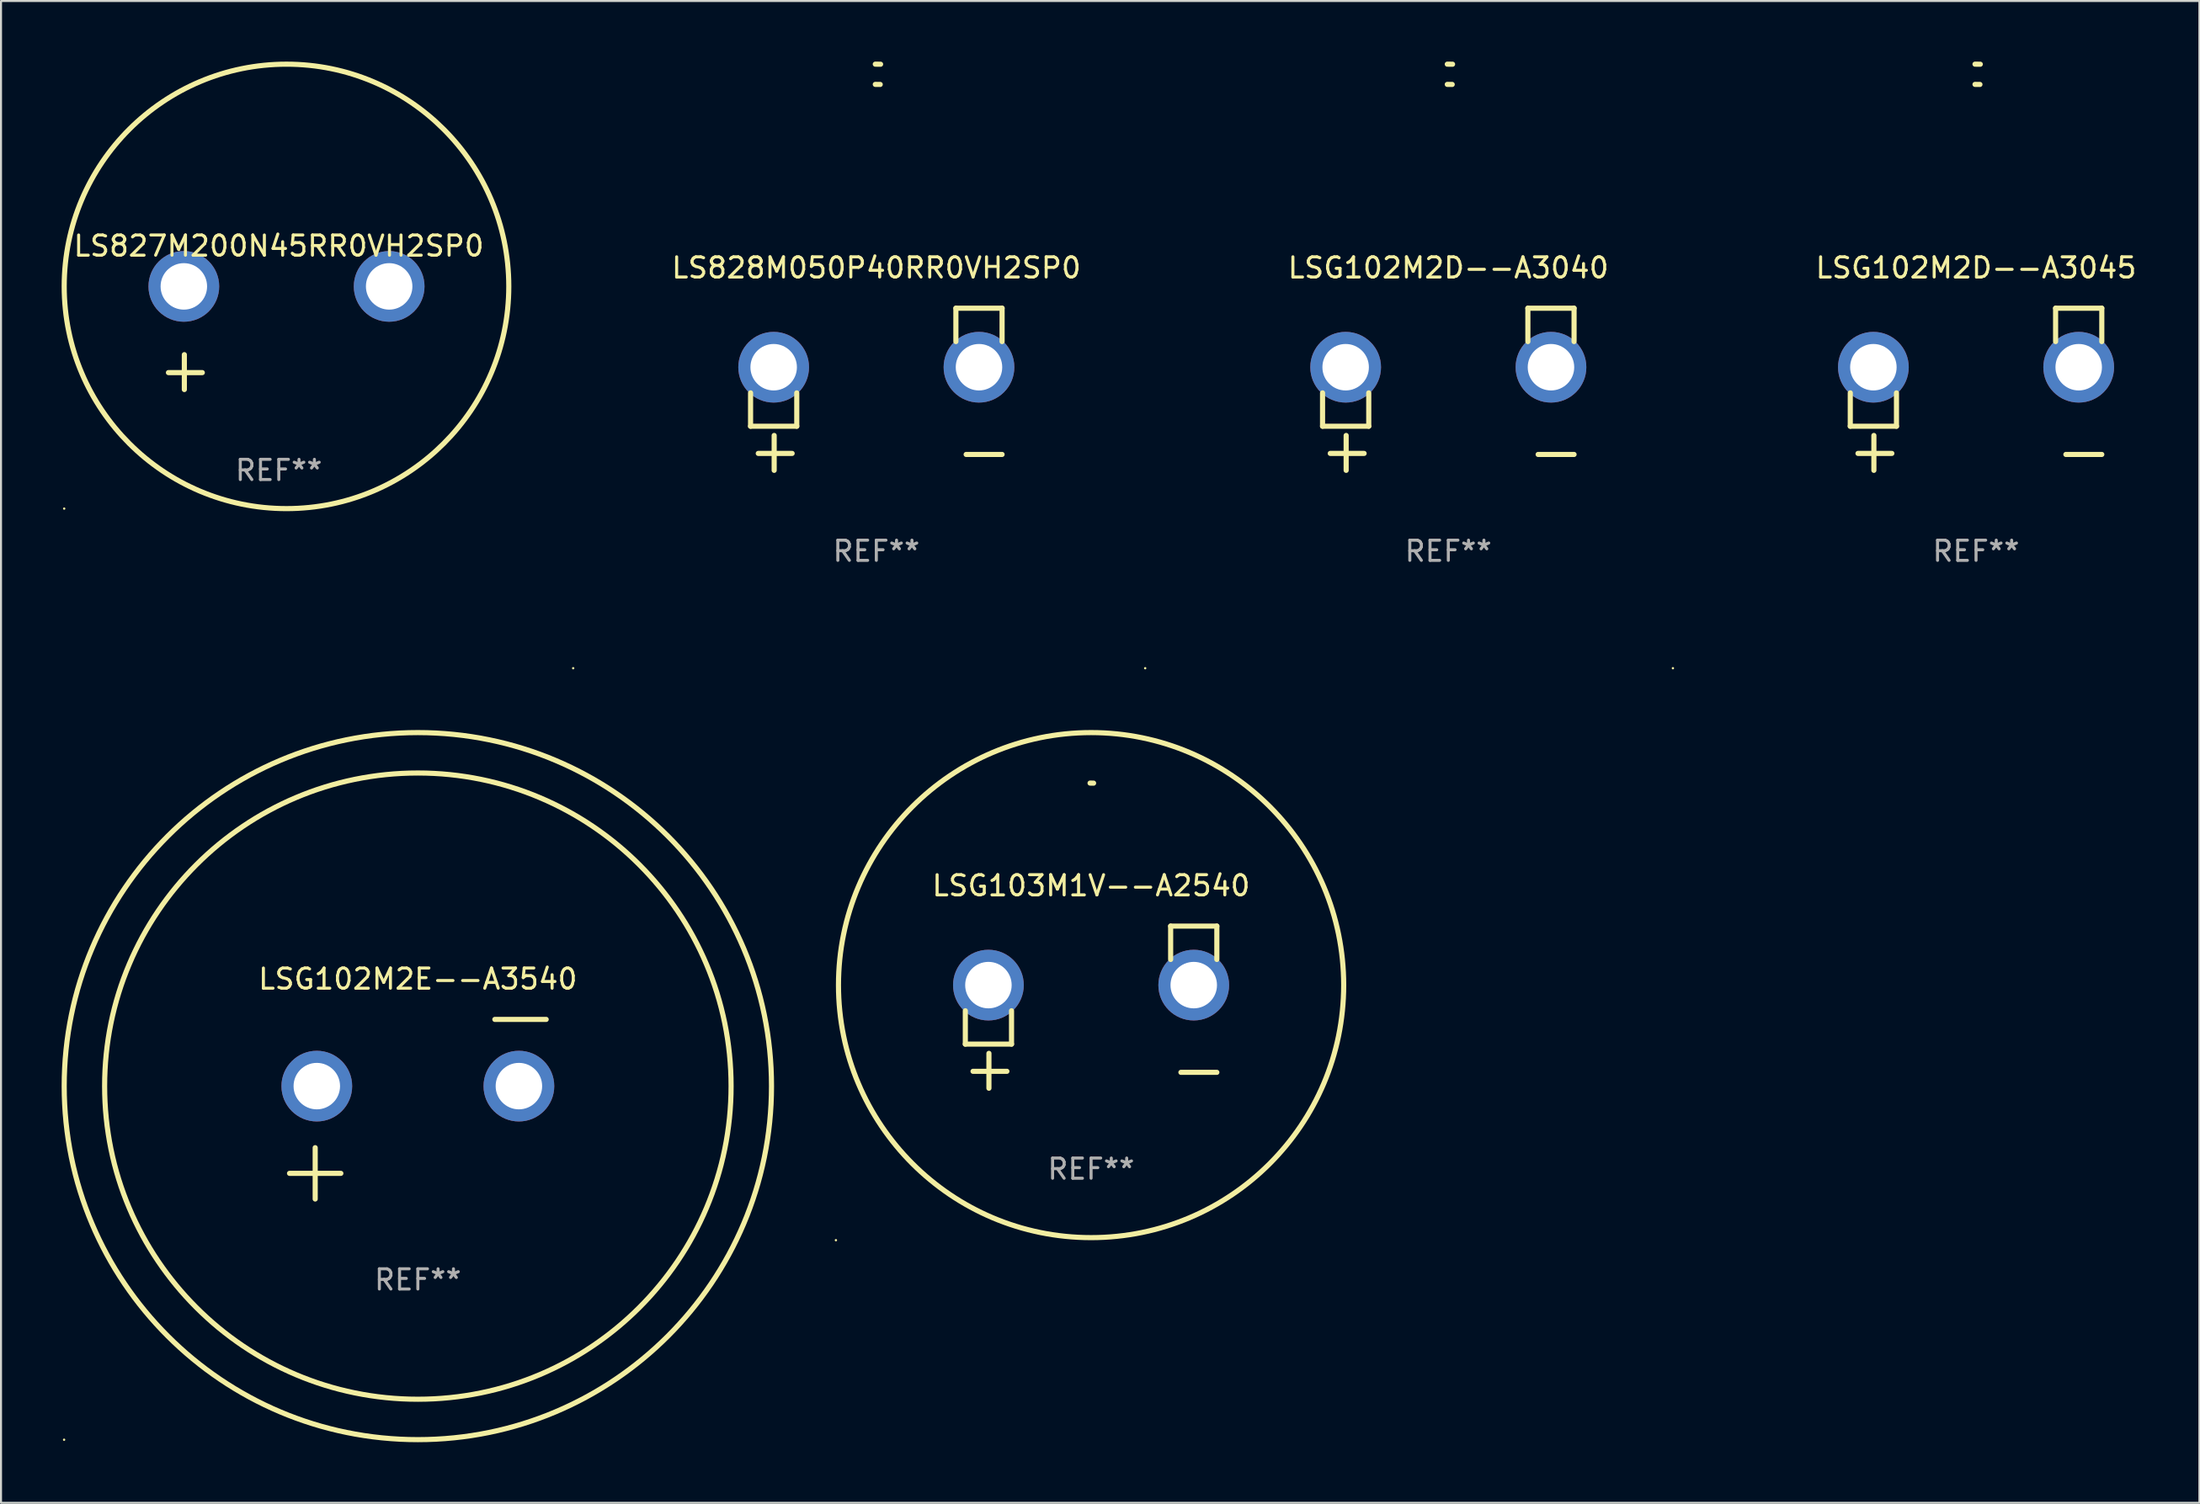
<source format=kicad_pcb>
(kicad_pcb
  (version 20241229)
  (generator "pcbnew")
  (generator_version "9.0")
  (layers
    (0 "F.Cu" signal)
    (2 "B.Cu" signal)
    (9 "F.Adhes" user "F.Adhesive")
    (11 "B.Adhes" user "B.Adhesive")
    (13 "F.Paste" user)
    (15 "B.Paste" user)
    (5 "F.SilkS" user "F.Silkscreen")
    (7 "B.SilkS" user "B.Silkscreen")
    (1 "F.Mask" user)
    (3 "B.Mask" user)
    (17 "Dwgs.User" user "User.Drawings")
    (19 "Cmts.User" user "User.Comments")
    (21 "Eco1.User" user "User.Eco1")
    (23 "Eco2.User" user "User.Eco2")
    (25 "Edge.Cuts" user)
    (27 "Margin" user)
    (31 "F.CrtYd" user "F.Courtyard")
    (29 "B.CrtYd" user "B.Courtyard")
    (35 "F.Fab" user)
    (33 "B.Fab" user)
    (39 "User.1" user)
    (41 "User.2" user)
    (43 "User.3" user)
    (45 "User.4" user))
  (footprint "LSG102M2D--A3045"
    (layer "F.Cu")
    (at 94.732 16.22)
    (property "Reference" "LSG102M2D--A3045" (at 0 -6.013 0) (layer "F.SilkS") (effects (font (size 1 1) (thickness 0.15))))
    (attr through_hole)
    (fp_line (start -6.223 0.178) (end -6.223 1.829) (stroke (width 0.254) (type solid)) (layer "F.SilkS"))
    (fp_line (start -6.223 1.829) (end -3.937 1.829) (stroke (width 0.254) (type solid)) (layer "F.SilkS"))
    (fp_line (start -5.055 4.013) (end -5.055 2.286) (stroke (width 0.254) (type solid)) (layer "F.SilkS"))
    (fp_line (start -4.166 3.175) (end -5.842 3.175) (stroke (width 0.254) (type solid)) (layer "F.SilkS"))
    (fp_line (start -3.937 1.829) (end -3.937 0.178) (stroke (width 0.254) (type solid)) (layer "F.SilkS"))
    (fp_line (start 3.937 -4.013) (end 3.937 -2.362) (stroke (width 0.254) (type solid)) (layer "F.SilkS"))
    (fp_line (start 6.223 -4.013) (end 3.937 -4.013) (stroke (width 0.254) (type solid)) (layer "F.SilkS"))
    (fp_line (start 6.223 -2.362) (end 6.223 -4.013) (stroke (width 0.254) (type solid)) (layer "F.SilkS"))
    (fp_line (start 6.223 3.226) (end 4.445 3.226) (stroke (width 0.254) (type solid)) (layer "F.SilkS"))
    (fp_arc (start -0.0508 -16.093472) (mid 0.080016 -16.092762) (end 0.210821 -16.090932) (stroke (width 0.254001) (type solid)) (layer "F.SilkS"))
    (fp_arc (start -0.0508 -15.09271) (mid 0.071125 -15.091961) (end 0.19304 -15.09017) (stroke (width 0.254001) (type solid)) (layer "F.SilkS"))
    (fp_circle (center -15 13.808) (end -14.97 13.808) (stroke (width 0.06) (type solid)) (fill no) (layer "F.SilkS"))
    (fp_text user "REF**" (at 0 8.013 0) (layer "F.Fab") (effects (font (size 1 1) (thickness 0.15))))
    (pad "1" thru_hole circle (at -5.08 -1.092) (size 3.5 3.5) (drill 2.3) (layers "*.Cu" "*.Mask"))
    (pad "2" thru_hole circle (at 5.08 -1.092) (size 3.5 3.5) (drill 2.3) (layers "*.Cu" "*.Mask")))
  (footprint "LS827M200N45RR0VH2SP0"
    (layer "F.Cu")
    (at 10.746 13.68)
    (property "Reference" "LS827M200N45RR0VH2SP0" (at 0 -4.553 0) (layer "F.SilkS") (effects (font (size 1 1) (thickness 0.15))))
    (attr through_hole)
    (fp_line (start -4.674 2.553) (end -4.674 0.826) (stroke (width 0.254) (type solid)) (layer "F.SilkS"))
    (fp_line (start -3.785 1.715) (end -5.461 1.715) (stroke (width 0.254) (type solid)) (layer "F.SilkS"))
    (fp_circle (center -10.619 8.447) (end -10.589 8.447) (stroke (width 0.06) (type solid)) (fill no) (layer "F.SilkS"))
    (fp_circle (center 0.381 -2.553) (end 11.381 -2.553) (stroke (width 0.254) (type solid)) (fill no) (layer "F.SilkS"))
    (fp_text user "REF**" (at 0 6.553 0) (layer "F.Fab") (effects (font (size 1 1) (thickness 0.15))))
    (pad "1" thru_hole circle (at -4.699 -2.553) (size 3.5 3.5) (drill 2.3) (layers "*.Cu" "*.Mask"))
    (pad "2" thru_hole circle (at 5.461 -2.553) (size 3.5 3.5) (drill 2.3) (layers "*.Cu" "*.Mask")))
  (footprint "LSG103M1V--A2540"
    (layer "F.Cu")
    (at 50.941 46.807)
    (property "Reference" "LSG103M1V--A2540" (at 0 -6.013 0) (layer "F.SilkS") (effects (font (size 1 1) (thickness 0.15))))
    (attr through_hole)
    (fp_line (start -6.223 0.178) (end -6.223 1.829) (stroke (width 0.254) (type solid)) (layer "F.SilkS"))
    (fp_line (start -6.223 1.829) (end -3.937 1.829) (stroke (width 0.254) (type solid)) (layer "F.SilkS"))
    (fp_line (start -5.055 4.013) (end -5.055 2.286) (stroke (width 0.254) (type solid)) (layer "F.SilkS"))
    (fp_line (start -4.166 3.175) (end -5.842 3.175) (stroke (width 0.254) (type solid)) (layer "F.SilkS"))
    (fp_line (start -3.937 1.829) (end -3.937 0.178) (stroke (width 0.254) (type solid)) (layer "F.SilkS"))
    (fp_line (start 3.937 -4.013) (end 3.937 -2.362) (stroke (width 0.254) (type solid)) (layer "F.SilkS"))
    (fp_line (start 6.223 -4.013) (end 3.937 -4.013) (stroke (width 0.254) (type solid)) (layer "F.SilkS"))
    (fp_line (start 6.223 -2.362) (end 6.223 -4.013) (stroke (width 0.254) (type solid)) (layer "F.SilkS"))
    (fp_line (start 6.223 3.226) (end 4.445 3.226) (stroke (width 0.254) (type solid)) (layer "F.SilkS"))
    (fp_arc (start -0.0508 -11.092202) (mid 0.036835 -11.091307) (end 0.12446 -11.089662) (stroke (width 0.254001) (type solid)) (layer "F.SilkS"))
    (fp_circle (center -12.627 11.535) (end -12.597 11.535) (stroke (width 0.06) (type solid)) (fill no) (layer "F.SilkS"))
    (fp_circle (center 0 -1.092) (end 12.5 -1.092) (stroke (width 0.254) (type solid)) (fill no) (layer "F.SilkS"))
    (fp_text user "REF**" (at 0 8.013 0) (layer "F.Fab") (effects (font (size 1 1) (thickness 0.15))))
    (pad "1" thru_hole circle (at -5.08 -1.092) (size 3.5 3.5) (drill 2.3) (layers "*.Cu" "*.Mask"))
    (pad "2" thru_hole circle (at 5.08 -1.092) (size 3.5 3.5) (drill 2.3) (layers "*.Cu" "*.Mask")))
  (footprint "LSG102M2D--A3040"
    (layer "F.Cu")
    (at 68.618 16.22)
    (property "Reference" "LSG102M2D--A3040" (at 0 -6.013 0) (layer "F.SilkS") (effects (font (size 1 1) (thickness 0.15))))
    (attr through_hole)
    (fp_line (start -6.223 0.178) (end -6.223 1.829) (stroke (width 0.254) (type solid)) (layer "F.SilkS"))
    (fp_line (start -6.223 1.829) (end -3.937 1.829) (stroke (width 0.254) (type solid)) (layer "F.SilkS"))
    (fp_line (start -5.055 4.013) (end -5.055 2.286) (stroke (width 0.254) (type solid)) (layer "F.SilkS"))
    (fp_line (start -4.166 3.175) (end -5.842 3.175) (stroke (width 0.254) (type solid)) (layer "F.SilkS"))
    (fp_line (start -3.937 1.829) (end -3.937 0.178) (stroke (width 0.254) (type solid)) (layer "F.SilkS"))
    (fp_line (start 3.937 -4.013) (end 3.937 -2.362) (stroke (width 0.254) (type solid)) (layer "F.SilkS"))
    (fp_line (start 6.223 -4.013) (end 3.937 -4.013) (stroke (width 0.254) (type solid)) (layer "F.SilkS"))
    (fp_line (start 6.223 -2.362) (end 6.223 -4.013) (stroke (width 0.254) (type solid)) (layer "F.SilkS"))
    (fp_line (start 6.223 3.226) (end 4.445 3.226) (stroke (width 0.254) (type solid)) (layer "F.SilkS"))
    (fp_arc (start -0.0508 -16.093472) (mid 0.080016 -16.092762) (end 0.210821 -16.090932) (stroke (width 0.254001) (type solid)) (layer "F.SilkS"))
    (fp_arc (start -0.0508 -15.09271) (mid 0.071125 -15.091961) (end 0.19304 -15.09017) (stroke (width 0.254001) (type solid)) (layer "F.SilkS"))
    (fp_circle (center -15 13.808) (end -14.97 13.808) (stroke (width 0.06) (type solid)) (fill no) (layer "F.SilkS"))
    (fp_text user "REF**" (at 0 8.013 0) (layer "F.Fab") (effects (font (size 1 1) (thickness 0.15))))
    (pad "1" thru_hole circle (at -5.08 -1.092) (size 3.5 3.5) (drill 2.3) (layers "*.Cu" "*.Mask"))
    (pad "2" thru_hole circle (at 5.08 -1.092) (size 3.5 3.5) (drill 2.3) (layers "*.Cu" "*.Mask")))
  (footprint "LS828M050P40RR0VH2SP0"
    (layer "F.Cu")
    (at 40.314 16.22)
    (property "Reference" "LS828M050P40RR0VH2SP0" (at 0 -6.013 0) (layer "F.SilkS") (effects (font (size 1 1) (thickness 0.15))))
    (attr through_hole)
    (fp_line (start -6.223 0.178) (end -6.223 1.829) (stroke (width 0.254) (type solid)) (layer "F.SilkS"))
    (fp_line (start -6.223 1.829) (end -3.937 1.829) (stroke (width 0.254) (type solid)) (layer "F.SilkS"))
    (fp_line (start -5.055 4.013) (end -5.055 2.286) (stroke (width 0.254) (type solid)) (layer "F.SilkS"))
    (fp_line (start -4.166 3.175) (end -5.842 3.175) (stroke (width 0.254) (type solid)) (layer "F.SilkS"))
    (fp_line (start -3.937 1.829) (end -3.937 0.178) (stroke (width 0.254) (type solid)) (layer "F.SilkS"))
    (fp_line (start 3.937 -4.013) (end 3.937 -2.362) (stroke (width 0.254) (type solid)) (layer "F.SilkS"))
    (fp_line (start 6.223 -4.013) (end 3.937 -4.013) (stroke (width 0.254) (type solid)) (layer "F.SilkS"))
    (fp_line (start 6.223 -2.362) (end 6.223 -4.013) (stroke (width 0.254) (type solid)) (layer "F.SilkS"))
    (fp_line (start 6.223 3.226) (end 4.445 3.226) (stroke (width 0.254) (type solid)) (layer "F.SilkS"))
    (fp_arc (start -0.0508 -16.093472) (mid 0.080016 -16.092762) (end 0.210821 -16.090932) (stroke (width 0.254001) (type solid)) (layer "F.SilkS"))
    (fp_arc (start -0.0508 -15.09271) (mid 0.071125 -15.091961) (end 0.19304 -15.09017) (stroke (width 0.254001) (type solid)) (layer "F.SilkS"))
    (fp_circle (center -15 13.808) (end -14.97 13.808) (stroke (width 0.06) (type solid)) (fill no) (layer "F.SilkS"))
    (fp_text user "REF**" (at 0 8.013 0) (layer "F.Fab") (effects (font (size 1 1) (thickness 0.15))))
    (pad "1" thru_hole circle (at -5.08 -1.092) (size 3.5 3.5) (drill 2.3) (layers "*.Cu" "*.Mask"))
    (pad "2" thru_hole circle (at 5.08 -1.092) (size 3.5 3.5) (drill 2.3) (layers "*.Cu" "*.Mask")))
  (footprint "LSG102M2E--A3540"
    (layer "F.Cu")
    (at 17.627 51.858)
    (property "Reference" "LSG102M2E--A3540" (at 0 -6.445 0) (layer "F.SilkS") (effects (font (size 1 1) (thickness 0.15))))
    (attr through_hole)
    (fp_line (start -6.35 3.175) (end -3.81 3.175) (stroke (width 0.254) (type solid)) (layer "F.SilkS"))
    (fp_line (start -5.08 1.905) (end -5.08 4.445) (stroke (width 0.254) (type solid)) (layer "F.SilkS"))
    (fp_line (start 3.81 -4.445) (end 6.35 -4.445) (stroke (width 0.254) (type solid)) (layer "F.SilkS"))
    (fp_circle (center -17.505 16.362) (end -17.475 16.362) (stroke (width 0.06) (type solid)) (fill no) (layer "F.SilkS"))
    (fp_circle (center 0 -1.143) (end 15.5 -1.143) (stroke (width 0.254) (type solid)) (fill no) (layer "F.SilkS"))
    (fp_circle (center 0 -1.143) (end 17.5 -1.143) (stroke (width 0.254) (type solid)) (fill no) (layer "F.SilkS"))
    (fp_text user "REF**" (at 0 8.445 0) (layer "F.Fab") (effects (font (size 1 1) (thickness 0.15))))
    (pad "1" thru_hole circle (at -5 -1.143) (size 3.5 3.5) (drill 2.3) (layers "*.Cu" "*.Mask"))
    (pad "2" thru_hole circle (at 5 -1.143) (size 3.5 3.5) (drill 2.3) (layers "*.Cu" "*.Mask")))
  (gr_rect
    (start -3 -3)
    (end 105.785 71.343)
    (stroke (width 0.1) (type default))
    (fill no)
    (layer "Edge.Cuts")))
</source>
